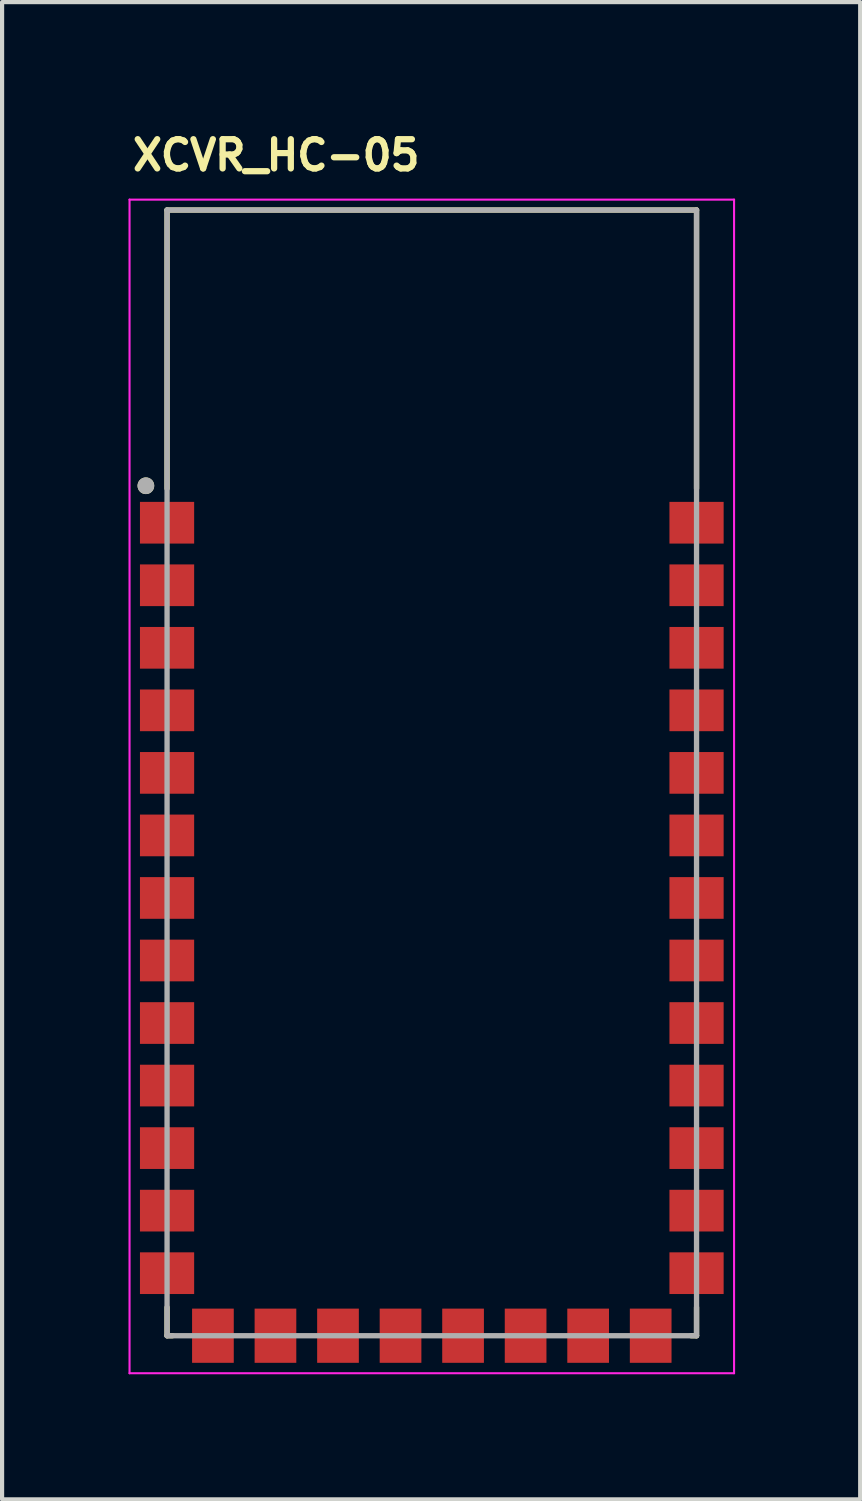
<source format=kicad_pcb>
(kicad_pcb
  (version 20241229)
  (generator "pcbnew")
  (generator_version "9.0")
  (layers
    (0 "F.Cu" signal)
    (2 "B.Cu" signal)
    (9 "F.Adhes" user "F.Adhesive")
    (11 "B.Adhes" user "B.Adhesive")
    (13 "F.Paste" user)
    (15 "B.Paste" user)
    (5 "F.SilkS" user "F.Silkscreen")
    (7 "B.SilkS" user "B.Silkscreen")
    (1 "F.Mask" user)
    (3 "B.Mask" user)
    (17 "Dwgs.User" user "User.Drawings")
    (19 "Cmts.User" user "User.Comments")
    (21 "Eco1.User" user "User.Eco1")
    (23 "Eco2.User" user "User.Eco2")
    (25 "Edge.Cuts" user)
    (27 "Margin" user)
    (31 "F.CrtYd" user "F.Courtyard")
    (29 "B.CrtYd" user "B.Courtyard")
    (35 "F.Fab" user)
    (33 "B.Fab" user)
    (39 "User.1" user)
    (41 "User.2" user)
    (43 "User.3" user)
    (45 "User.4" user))
  (footprint "XCVR_HC-05"
    (layer "F.Cu")
    (at 7.307 15.813)
    (property "Reference" "XCVR_HC-05" (at -3.732 -15.14 0) (layer "F.SilkS") (effects (font (size 0.701 0.701) (thickness 0.15))))
    (attr smd)
    (fp_line (start -6.35 -13.825) (end 6.35 -13.825) (stroke (width 0.127) (type solid)) (layer "F.SilkS"))
    (fp_line (start -6.35 -7.145) (end -6.35 -13.825) (stroke (width 0.127) (type solid)) (layer "F.SilkS"))
    (fp_line (start -6.35 12.495) (end -6.35 13.175) (stroke (width 0.127) (type solid)) (layer "F.SilkS"))
    (fp_line (start -6.35 13.175) (end -6.22 13.175) (stroke (width 0.127) (type solid)) (layer "F.SilkS"))
    (fp_line (start 6.22 13.175) (end 6.35 13.175) (stroke (width 0.127) (type solid)) (layer "F.SilkS"))
    (fp_line (start 6.35 -13.825) (end 6.35 -7.145) (stroke (width 0.127) (type solid)) (layer "F.SilkS"))
    (fp_line (start 6.35 13.175) (end 6.35 12.495) (stroke (width 0.127) (type solid)) (layer "F.SilkS"))
    (fp_circle (center -6.858 -7.212) (end -6.758 -7.212) (stroke (width 0.2) (type solid)) (fill no) (layer "F.SilkS"))
    (fp_line (start -7.25 -14.075) (end 7.25 -14.075) (stroke (width 0.05) (type solid)) (layer "F.CrtYd"))
    (fp_line (start -7.25 14.075) (end -7.25 -14.075) (stroke (width 0.05) (type solid)) (layer "F.CrtYd"))
    (fp_line (start 7.25 -14.075) (end 7.25 14.075) (stroke (width 0.05) (type solid)) (layer "F.CrtYd"))
    (fp_line (start 7.25 14.075) (end -7.25 14.075) (stroke (width 0.05) (type solid)) (layer "F.CrtYd"))
    (fp_line (start -6.35 -13.825) (end 6.35 -13.825) (stroke (width 0.127) (type solid)) (layer "F.Fab"))
    (fp_line (start -6.35 13.175) (end -6.35 -13.825) (stroke (width 0.127) (type solid)) (layer "F.Fab"))
    (fp_line (start 6.35 -13.825) (end 6.35 13.175) (stroke (width 0.127) (type solid)) (layer "F.Fab"))
    (fp_line (start 6.35 13.175) (end -6.35 13.175) (stroke (width 0.127) (type solid)) (layer "F.Fab"))
    (fp_circle (center -6.858 -7.212) (end -6.758 -7.212) (stroke (width 0.2) (type solid)) (fill no) (layer "F.Fab"))
    (pad "1" smd rect (at -6.35 -6.325) (size 1.3 1) (layers "F.Cu" "F.Mask" "F.Paste"))
    (pad "2" smd rect (at -6.35 -4.825) (size 1.3 1) (layers "F.Cu" "F.Mask" "F.Paste"))
    (pad "3" smd rect (at -6.35 -3.325) (size 1.3 1) (layers "F.Cu" "F.Mask" "F.Paste"))
    (pad "4" smd rect (at -6.35 -1.825) (size 1.3 1) (layers "F.Cu" "F.Mask" "F.Paste"))
    (pad "5" smd rect (at -6.35 -0.325) (size 1.3 1) (layers "F.Cu" "F.Mask" "F.Paste"))
    (pad "6" smd rect (at -6.35 1.175) (size 1.3 1) (layers "F.Cu" "F.Mask" "F.Paste"))
    (pad "7" smd rect (at -6.35 2.675) (size 1.3 1) (layers "F.Cu" "F.Mask" "F.Paste"))
    (pad "8" smd rect (at -6.35 4.175) (size 1.3 1) (layers "F.Cu" "F.Mask" "F.Paste"))
    (pad "9" smd rect (at -6.35 5.675) (size 1.3 1) (layers "F.Cu" "F.Mask" "F.Paste"))
    (pad "10" smd rect (at -6.35 7.175) (size 1.3 1) (layers "F.Cu" "F.Mask" "F.Paste"))
    (pad "11" smd rect (at -6.35 8.675) (size 1.3 1) (layers "F.Cu" "F.Mask" "F.Paste"))
    (pad "12" smd rect (at -6.35 10.175) (size 1.3 1) (layers "F.Cu" "F.Mask" "F.Paste"))
    (pad "13" smd rect (at -6.35 11.675) (size 1.3 1) (layers "F.Cu" "F.Mask" "F.Paste"))
    (pad "14" smd rect (at -5.25 13.175 90) (size 1.3 1) (layers "F.Cu" "F.Mask" "F.Paste"))
    (pad "15" smd rect (at -3.75 13.175 90) (size 1.3 1) (layers "F.Cu" "F.Mask" "F.Paste"))
    (pad "16" smd rect (at -2.25 13.175 90) (size 1.3 1) (layers "F.Cu" "F.Mask" "F.Paste"))
    (pad "17" smd rect (at -0.75 13.175 90) (size 1.3 1) (layers "F.Cu" "F.Mask" "F.Paste"))
    (pad "18" smd rect (at 0.75 13.175 90) (size 1.3 1) (layers "F.Cu" "F.Mask" "F.Paste"))
    (pad "19" smd rect (at 2.25 13.175 90) (size 1.3 1) (layers "F.Cu" "F.Mask" "F.Paste"))
    (pad "20" smd rect (at 3.75 13.175 90) (size 1.3 1) (layers "F.Cu" "F.Mask" "F.Paste"))
    (pad "21" smd rect (at 5.25 13.175 90) (size 1.3 1) (layers "F.Cu" "F.Mask" "F.Paste"))
    (pad "22" smd rect (at 6.35 11.675 180) (size 1.3 1) (layers "F.Cu" "F.Mask" "F.Paste"))
    (pad "23" smd rect (at 6.35 10.175 180) (size 1.3 1) (layers "F.Cu" "F.Mask" "F.Paste"))
    (pad "24" smd rect (at 6.35 8.675 180) (size 1.3 1) (layers "F.Cu" "F.Mask" "F.Paste"))
    (pad "25" smd rect (at 6.35 7.175 180) (size 1.3 1) (layers "F.Cu" "F.Mask" "F.Paste"))
    (pad "26" smd rect (at 6.35 5.675 180) (size 1.3 1) (layers "F.Cu" "F.Mask" "F.Paste"))
    (pad "27" smd rect (at 6.35 4.175 180) (size 1.3 1) (layers "F.Cu" "F.Mask" "F.Paste"))
    (pad "28" smd rect (at 6.35 2.675 180) (size 1.3 1) (layers "F.Cu" "F.Mask" "F.Paste"))
    (pad "29" smd rect (at 6.35 1.175 180) (size 1.3 1) (layers "F.Cu" "F.Mask" "F.Paste"))
    (pad "30" smd rect (at 6.35 -0.325 180) (size 1.3 1) (layers "F.Cu" "F.Mask" "F.Paste"))
    (pad "31" smd rect (at 6.35 -1.825 180) (size 1.3 1) (layers "F.Cu" "F.Mask" "F.Paste"))
    (pad "32" smd rect (at 6.35 -3.325 180) (size 1.3 1) (layers "F.Cu" "F.Mask" "F.Paste"))
    (pad "33" smd rect (at 6.35 -4.825 180) (size 1.3 1) (layers "F.Cu" "F.Mask" "F.Paste"))
    (pad "34" smd rect (at 6.35 -6.325 180) (size 1.3 1) (layers "F.Cu" "F.Mask" "F.Paste"))
    (zone (net_name "") (layer "F.Cu") (hatch full 0.508) (connect_pads) (min_thickness 0.01) (filled_areas_thickness no) (keepout (tracks not_allowed) (vias not_allowed) (pads not_allowed) (copperpour not_allowed) (footprints allowed)) (placement (enabled no)) (fill) (polygon (pts (xy 0.957 1.963) (xy 13.657 1.963) (xy 13.657 8.863) (xy 0.957 8.863))))
    (zone (net_name "") (layers "F.Cu" "B.Cu") (hatch full 0.508) (connect_pads) (min_thickness 0.01) (filled_areas_thickness no) (keepout (tracks allowed) (vias not_allowed) (pads allowed) (copperpour allowed) (footprints allowed)) (placement (enabled no)) (fill) (polygon (pts (xy 0.957 1.963) (xy 13.657 1.963) (xy 13.657 8.863) (xy 0.957 8.863))))
    (zone (net_name "") (layer "B.Cu") (hatch full 0.508) (connect_pads) (min_thickness 0.01) (filled_areas_thickness no) (keepout (tracks not_allowed) (vias not_allowed) (pads not_allowed) (copperpour not_allowed) (footprints allowed)) (placement (enabled no)) (fill) (polygon (pts (xy 0.957 1.963) (xy 13.657 1.963) (xy 13.657 8.863) (xy 0.957 8.863)))))
  (gr_rect
    (start -3 -3)
    (end 17.582 32.913)
    (stroke (width 0.1) (type default))
    (fill no)
    (layer "Edge.Cuts")))
</source>
